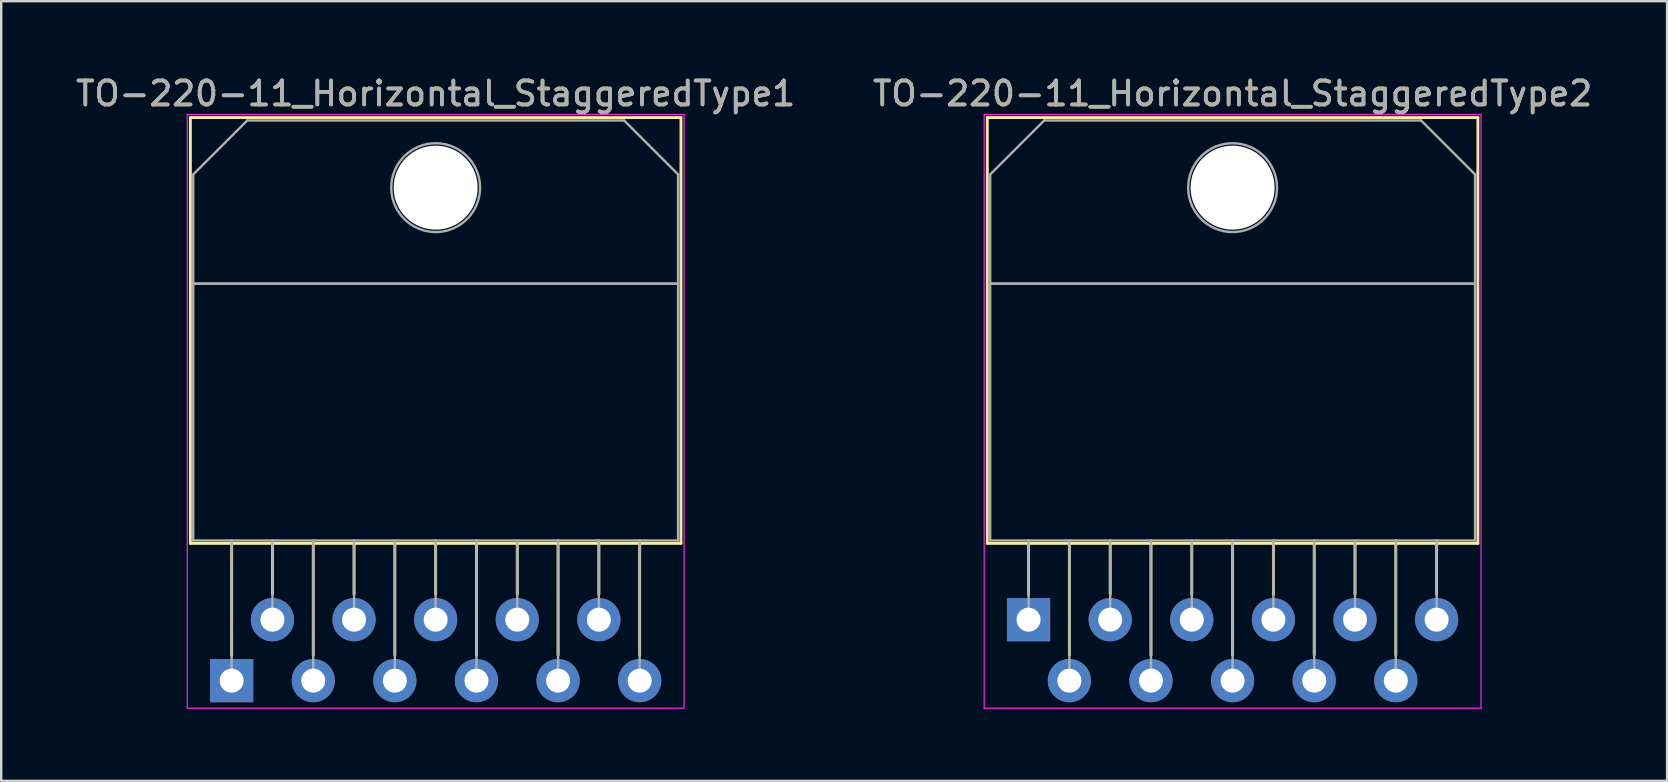
<source format=kicad_pcb>
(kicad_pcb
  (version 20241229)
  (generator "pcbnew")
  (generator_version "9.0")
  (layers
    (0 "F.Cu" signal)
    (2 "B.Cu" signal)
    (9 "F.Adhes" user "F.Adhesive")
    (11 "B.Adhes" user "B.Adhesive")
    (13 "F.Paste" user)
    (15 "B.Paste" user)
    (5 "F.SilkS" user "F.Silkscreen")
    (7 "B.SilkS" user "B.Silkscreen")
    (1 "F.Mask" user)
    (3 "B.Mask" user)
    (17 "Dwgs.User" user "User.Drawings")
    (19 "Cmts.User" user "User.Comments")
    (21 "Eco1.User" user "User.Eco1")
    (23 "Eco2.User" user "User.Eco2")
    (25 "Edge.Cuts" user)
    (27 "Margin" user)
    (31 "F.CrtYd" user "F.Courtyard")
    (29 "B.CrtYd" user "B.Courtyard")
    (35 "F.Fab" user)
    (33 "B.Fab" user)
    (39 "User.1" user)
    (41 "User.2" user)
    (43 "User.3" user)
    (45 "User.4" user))
  (footprint "TO-220-11_Horizontal_StaggeredType2"
    (layer "F.Cu")
    (at 39.804 22.768)
    (property "Reference" "TO-220-11_Horizontal_StaggeredType2" (at 8.5 -21.92 0) (layer "F.SilkS") (effects (font (size 1 1) (thickness 0.15))))
    (attr through_hole)
    (fp_line (start -1.72 -20.92) (end -1.72 -3.18) (stroke (width 0.12) (type solid)) (layer "F.SilkS"))
    (fp_line (start -1.72 -20.92) (end 18.72 -20.92) (stroke (width 0.12) (type solid)) (layer "F.SilkS"))
    (fp_line (start -1.72 -3.18) (end 18.72 -3.18) (stroke (width 0.12) (type solid)) (layer "F.SilkS"))
    (fp_line (start 0 -3.18) (end 0 -1.05) (stroke (width 0.12) (type solid)) (layer "F.SilkS"))
    (fp_line (start 1.7 -3.18) (end 1.7 1.475) (stroke (width 0.12) (type solid)) (layer "F.SilkS"))
    (fp_line (start 3.4 -3.18) (end 3.4 -1.066) (stroke (width 0.12) (type solid)) (layer "F.SilkS"))
    (fp_line (start 5.1 -3.18) (end 5.1 1.475) (stroke (width 0.12) (type solid)) (layer "F.SilkS"))
    (fp_line (start 6.8 -3.18) (end 6.8 -1.066) (stroke (width 0.12) (type solid)) (layer "F.SilkS"))
    (fp_line (start 8.5 -3.18) (end 8.5 1.475) (stroke (width 0.12) (type solid)) (layer "F.SilkS"))
    (fp_line (start 10.2 -3.18) (end 10.2 -1.066) (stroke (width 0.12) (type solid)) (layer "F.SilkS"))
    (fp_line (start 11.9 -3.18) (end 11.9 1.475) (stroke (width 0.12) (type solid)) (layer "F.SilkS"))
    (fp_line (start 13.6 -3.18) (end 13.6 -1.066) (stroke (width 0.12) (type solid)) (layer "F.SilkS"))
    (fp_line (start 15.3 -3.18) (end 15.3 1.475) (stroke (width 0.12) (type solid)) (layer "F.SilkS"))
    (fp_line (start 17 -3.18) (end 17 -1.066) (stroke (width 0.12) (type solid)) (layer "F.SilkS"))
    (fp_line (start 18.72 -20.92) (end 18.72 -3.18) (stroke (width 0.12) (type solid)) (layer "F.SilkS"))
    (fp_line (start -1.85 -21.05) (end -1.85 3.69) (stroke (width 0.05) (type solid)) (layer "F.CrtYd"))
    (fp_line (start -1.85 3.69) (end 18.85 3.69) (stroke (width 0.05) (type solid)) (layer "F.CrtYd"))
    (fp_line (start 18.85 -21.05) (end -1.85 -21.05) (stroke (width 0.05) (type solid)) (layer "F.CrtYd"))
    (fp_line (start 18.85 3.69) (end 18.85 -21.05) (stroke (width 0.05) (type solid)) (layer "F.CrtYd"))
    (fp_line (start -1.6 -18.55) (end 0.651 -20.8) (stroke (width 0.1) (type solid)) (layer "F.Fab"))
    (fp_line (start -1.6 -14) (end -1.6 -18.55) (stroke (width 0.1) (type solid)) (layer "F.Fab"))
    (fp_line (start -1.6 -14) (end 18.6 -14) (stroke (width 0.1) (type solid)) (layer "F.Fab"))
    (fp_line (start -1.6 -3.3) (end -1.6 -14) (stroke (width 0.1) (type solid)) (layer "F.Fab"))
    (fp_line (start 0 -3.3) (end 0 0) (stroke (width 0.1) (type solid)) (layer "F.Fab"))
    (fp_line (start 0.651 -20.8) (end 16.351 -20.8) (stroke (width 0.1) (type solid)) (layer "F.Fab"))
    (fp_line (start 1.7 -3.3) (end 1.7 2.54) (stroke (width 0.1) (type solid)) (layer "F.Fab"))
    (fp_line (start 3.4 -3.3) (end 3.4 0) (stroke (width 0.1) (type solid)) (layer "F.Fab"))
    (fp_line (start 5.1 -3.3) (end 5.1 2.54) (stroke (width 0.1) (type solid)) (layer "F.Fab"))
    (fp_line (start 6.8 -3.3) (end 6.8 0) (stroke (width 0.1) (type solid)) (layer "F.Fab"))
    (fp_line (start 8.5 -3.3) (end 8.5 2.54) (stroke (width 0.1) (type solid)) (layer "F.Fab"))
    (fp_line (start 10.2 -3.3) (end 10.2 0) (stroke (width 0.1) (type solid)) (layer "F.Fab"))
    (fp_line (start 11.9 -3.3) (end 11.9 2.54) (stroke (width 0.1) (type solid)) (layer "F.Fab"))
    (fp_line (start 13.6 -3.3) (end 13.6 0) (stroke (width 0.1) (type solid)) (layer "F.Fab"))
    (fp_line (start 15.3 -3.3) (end 15.3 2.54) (stroke (width 0.1) (type solid)) (layer "F.Fab"))
    (fp_line (start 16.351 -20.8) (end 18.6 -18.55) (stroke (width 0.1) (type solid)) (layer "F.Fab"))
    (fp_line (start 17 -3.3) (end 17 0) (stroke (width 0.1) (type solid)) (layer "F.Fab"))
    (fp_line (start 18.6 -18.55) (end 18.6 -14) (stroke (width 0.1) (type solid)) (layer "F.Fab"))
    (fp_line (start 18.6 -14) (end -1.6 -14) (stroke (width 0.1) (type solid)) (layer "F.Fab"))
    (fp_line (start 18.6 -14) (end 18.6 -3.3) (stroke (width 0.1) (type solid)) (layer "F.Fab"))
    (fp_line (start 18.6 -3.3) (end -1.6 -3.3) (stroke (width 0.1) (type solid)) (layer "F.Fab"))
    (fp_circle (center 8.5 -18) (end 10.35 -18) (stroke (width 0.1) (type solid)) (fill no) (layer "F.Fab"))
    (fp_text user "${REFERENCE}" (at 8.5 -21.92 0) (layer "F.Fab") (effects (font (size 1 1) (thickness 0.15))))
    (pad "" np_thru_hole oval (at 8.5 -18) (size 3.5 3.5) (drill 3.5) (layers "*.Cu" "*.Mask"))
    (pad "1" thru_hole rect (at 0 0) (size 1.8 1.8) (drill 1) (layers "*.Cu" "*.Mask"))
    (pad "2" thru_hole oval (at 1.7 2.54) (size 1.8 1.8) (drill 1) (layers "*.Cu" "*.Mask"))
    (pad "3" thru_hole oval (at 3.4 0) (size 1.8 1.8) (drill 1) (layers "*.Cu" "*.Mask"))
    (pad "4" thru_hole oval (at 5.1 2.54) (size 1.8 1.8) (drill 1) (layers "*.Cu" "*.Mask"))
    (pad "5" thru_hole oval (at 6.8 0) (size 1.8 1.8) (drill 1) (layers "*.Cu" "*.Mask"))
    (pad "6" thru_hole oval (at 8.5 2.54) (size 1.8 1.8) (drill 1) (layers "*.Cu" "*.Mask"))
    (pad "7" thru_hole oval (at 10.2 0) (size 1.8 1.8) (drill 1) (layers "*.Cu" "*.Mask"))
    (pad "8" thru_hole oval (at 11.9 2.54) (size 1.8 1.8) (drill 1) (layers "*.Cu" "*.Mask"))
    (pad "9" thru_hole oval (at 13.6 0) (size 1.8 1.8) (drill 1) (layers "*.Cu" "*.Mask"))
    (pad "10" thru_hole oval (at 15.3 2.54) (size 1.8 1.8) (drill 1) (layers "*.Cu" "*.Mask"))
    (pad "11" thru_hole oval (at 17 0) (size 1.8 1.8) (drill 1) (layers "*.Cu" "*.Mask")))
  (footprint "TO-220-11_Horizontal_StaggeredType1"
    (layer "F.Cu")
    (at 6.601 25.308)
    (property "Reference" "TO-220-11_Horizontal_StaggeredType1" (at 8.5 -24.46 0) (layer "F.SilkS") (effects (font (size 1 1) (thickness 0.15))))
    (attr through_hole)
    (fp_line (start -1.72 -23.46) (end -1.72 -5.72) (stroke (width 0.12) (type solid)) (layer "F.SilkS"))
    (fp_line (start -1.72 -23.46) (end 18.72 -23.46) (stroke (width 0.12) (type solid)) (layer "F.SilkS"))
    (fp_line (start -1.72 -5.72) (end 18.72 -5.72) (stroke (width 0.12) (type solid)) (layer "F.SilkS"))
    (fp_line (start 0 -5.72) (end 0 -1.05) (stroke (width 0.12) (type solid)) (layer "F.SilkS"))
    (fp_line (start 1.7 -5.72) (end 1.7 -3.606) (stroke (width 0.12) (type solid)) (layer "F.SilkS"))
    (fp_line (start 3.4 -5.72) (end 3.4 -1.065) (stroke (width 0.12) (type solid)) (layer "F.SilkS"))
    (fp_line (start 5.1 -5.72) (end 5.1 -3.606) (stroke (width 0.12) (type solid)) (layer "F.SilkS"))
    (fp_line (start 6.8 -5.72) (end 6.8 -1.065) (stroke (width 0.12) (type solid)) (layer "F.SilkS"))
    (fp_line (start 8.5 -5.72) (end 8.5 -3.606) (stroke (width 0.12) (type solid)) (layer "F.SilkS"))
    (fp_line (start 10.2 -5.72) (end 10.2 -1.065) (stroke (width 0.12) (type solid)) (layer "F.SilkS"))
    (fp_line (start 11.9 -5.72) (end 11.9 -3.606) (stroke (width 0.12) (type solid)) (layer "F.SilkS"))
    (fp_line (start 13.6 -5.72) (end 13.6 -1.065) (stroke (width 0.12) (type solid)) (layer "F.SilkS"))
    (fp_line (start 15.3 -5.72) (end 15.3 -3.606) (stroke (width 0.12) (type solid)) (layer "F.SilkS"))
    (fp_line (start 17 -5.72) (end 17 -1.065) (stroke (width 0.12) (type solid)) (layer "F.SilkS"))
    (fp_line (start 18.72 -23.46) (end 18.72 -5.72) (stroke (width 0.12) (type solid)) (layer "F.SilkS"))
    (fp_line (start -1.85 -23.59) (end -1.85 1.15) (stroke (width 0.05) (type solid)) (layer "F.CrtYd"))
    (fp_line (start -1.85 1.15) (end 18.85 1.15) (stroke (width 0.05) (type solid)) (layer "F.CrtYd"))
    (fp_line (start 18.85 -23.59) (end -1.85 -23.59) (stroke (width 0.05) (type solid)) (layer "F.CrtYd"))
    (fp_line (start 18.85 1.15) (end 18.85 -23.59) (stroke (width 0.05) (type solid)) (layer "F.CrtYd"))
    (fp_line (start -1.6 -21.09) (end 0.651 -23.34) (stroke (width 0.1) (type solid)) (layer "F.Fab"))
    (fp_line (start -1.6 -16.54) (end -1.6 -21.09) (stroke (width 0.1) (type solid)) (layer "F.Fab"))
    (fp_line (start -1.6 -16.54) (end 18.6 -16.54) (stroke (width 0.1) (type solid)) (layer "F.Fab"))
    (fp_line (start -1.6 -5.84) (end -1.6 -16.54) (stroke (width 0.1) (type solid)) (layer "F.Fab"))
    (fp_line (start 0 -5.84) (end 0 0) (stroke (width 0.1) (type solid)) (layer "F.Fab"))
    (fp_line (start 0.651 -23.34) (end 16.351 -23.34) (stroke (width 0.1) (type solid)) (layer "F.Fab"))
    (fp_line (start 1.7 -5.84) (end 1.7 -2.54) (stroke (width 0.1) (type solid)) (layer "F.Fab"))
    (fp_line (start 3.4 -5.84) (end 3.4 0) (stroke (width 0.1) (type solid)) (layer "F.Fab"))
    (fp_line (start 5.1 -5.84) (end 5.1 -2.54) (stroke (width 0.1) (type solid)) (layer "F.Fab"))
    (fp_line (start 6.8 -5.84) (end 6.8 0) (stroke (width 0.1) (type solid)) (layer "F.Fab"))
    (fp_line (start 8.5 -5.84) (end 8.5 -2.54) (stroke (width 0.1) (type solid)) (layer "F.Fab"))
    (fp_line (start 10.2 -5.84) (end 10.2 0) (stroke (width 0.1) (type solid)) (layer "F.Fab"))
    (fp_line (start 11.9 -5.84) (end 11.9 -2.54) (stroke (width 0.1) (type solid)) (layer "F.Fab"))
    (fp_line (start 13.6 -5.84) (end 13.6 0) (stroke (width 0.1) (type solid)) (layer "F.Fab"))
    (fp_line (start 15.3 -5.84) (end 15.3 -2.54) (stroke (width 0.1) (type solid)) (layer "F.Fab"))
    (fp_line (start 16.351 -23.34) (end 18.6 -21.09) (stroke (width 0.1) (type solid)) (layer "F.Fab"))
    (fp_line (start 17 -5.84) (end 17 0) (stroke (width 0.1) (type solid)) (layer "F.Fab"))
    (fp_line (start 18.6 -21.09) (end 18.6 -16.54) (stroke (width 0.1) (type solid)) (layer "F.Fab"))
    (fp_line (start 18.6 -16.54) (end -1.6 -16.54) (stroke (width 0.1) (type solid)) (layer "F.Fab"))
    (fp_line (start 18.6 -16.54) (end 18.6 -5.84) (stroke (width 0.1) (type solid)) (layer "F.Fab"))
    (fp_line (start 18.6 -5.84) (end -1.6 -5.84) (stroke (width 0.1) (type solid)) (layer "F.Fab"))
    (fp_circle (center 8.5 -20.54) (end 10.35 -20.54) (stroke (width 0.1) (type solid)) (fill no) (layer "F.Fab"))
    (fp_text user "${REFERENCE}" (at 8.5 -24.46 0) (layer "F.Fab") (effects (font (size 1 1) (thickness 0.15))))
    (pad "" np_thru_hole oval (at 8.5 -20.54) (size 3.5 3.5) (drill 3.5) (layers "*.Cu" "*.Mask"))
    (pad "1" thru_hole rect (at 0 0) (size 1.8 1.8) (drill 1) (layers "*.Cu" "*.Mask"))
    (pad "2" thru_hole oval (at 1.7 -2.54) (size 1.8 1.8) (drill 1) (layers "*.Cu" "*.Mask"))
    (pad "3" thru_hole oval (at 3.4 0) (size 1.8 1.8) (drill 1) (layers "*.Cu" "*.Mask"))
    (pad "4" thru_hole oval (at 5.1 -2.54) (size 1.8 1.8) (drill 1) (layers "*.Cu" "*.Mask"))
    (pad "5" thru_hole oval (at 6.8 0) (size 1.8 1.8) (drill 1) (layers "*.Cu" "*.Mask"))
    (pad "6" thru_hole oval (at 8.5 -2.54) (size 1.8 1.8) (drill 1) (layers "*.Cu" "*.Mask"))
    (pad "7" thru_hole oval (at 10.2 0) (size 1.8 1.8) (drill 1) (layers "*.Cu" "*.Mask"))
    (pad "8" thru_hole oval (at 11.9 -2.54) (size 1.8 1.8) (drill 1) (layers "*.Cu" "*.Mask"))
    (pad "9" thru_hole oval (at 13.6 0) (size 1.8 1.8) (drill 1) (layers "*.Cu" "*.Mask"))
    (pad "10" thru_hole oval (at 15.3 -2.54) (size 1.8 1.8) (drill 1) (layers "*.Cu" "*.Mask"))
    (pad "11" thru_hole oval (at 17 0) (size 1.8 1.8) (drill 1) (layers "*.Cu" "*.Mask")))
  (gr_rect
    (start -3 -3)
    (end 66.405 29.483)
    (stroke (width 0.1) (type default))
    (fill no)
    (layer "Edge.Cuts")))
</source>
